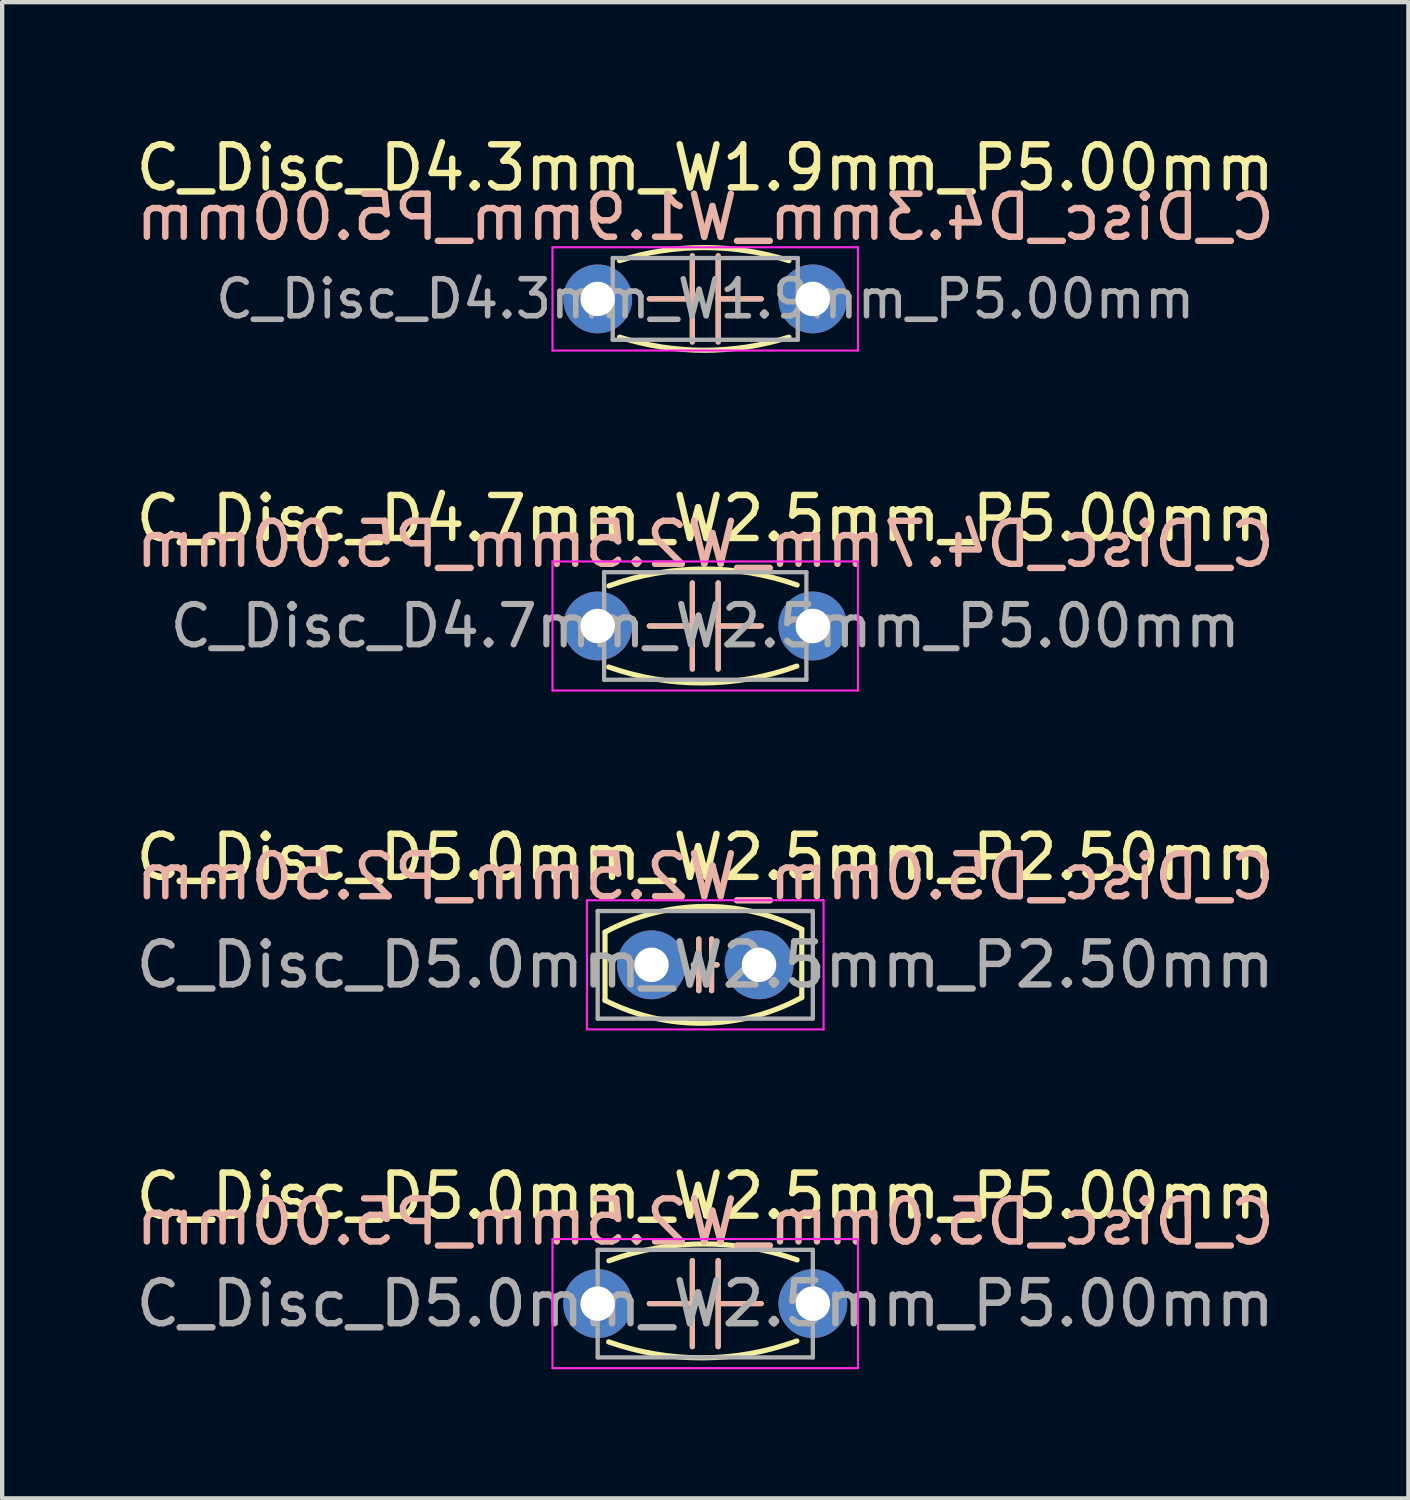
<source format=kicad_pcb>
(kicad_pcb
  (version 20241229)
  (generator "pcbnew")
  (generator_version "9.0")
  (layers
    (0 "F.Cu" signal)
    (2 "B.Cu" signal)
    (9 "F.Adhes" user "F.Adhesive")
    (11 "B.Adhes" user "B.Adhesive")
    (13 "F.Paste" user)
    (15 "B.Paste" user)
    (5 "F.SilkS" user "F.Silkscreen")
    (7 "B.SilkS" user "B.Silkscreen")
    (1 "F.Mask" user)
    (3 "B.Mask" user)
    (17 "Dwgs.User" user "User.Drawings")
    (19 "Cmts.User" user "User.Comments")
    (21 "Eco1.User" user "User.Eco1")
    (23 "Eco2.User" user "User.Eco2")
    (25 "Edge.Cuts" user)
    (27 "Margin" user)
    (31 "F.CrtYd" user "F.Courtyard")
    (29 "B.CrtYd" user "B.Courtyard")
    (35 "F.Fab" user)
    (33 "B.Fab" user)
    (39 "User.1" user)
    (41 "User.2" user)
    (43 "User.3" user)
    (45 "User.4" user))
  (footprint "C_Disc_D5.0mm_W2.5mm_P2.50mm"
    (layer "F.Cu")
    (at 12.089 19.371)
    (property "Reference" "C_Disc_D5.0mm_W2.5mm_P2.50mm" (at 1.25 -2.5 0) (layer "F.SilkS") (effects (font (size 1 1) (thickness 0.15))))
    (fp_line (start -1.079 0.826) (end -1.079 -0.762) (stroke (width 0.12) (type solid)) (layer "F.SilkS"))
    (fp_line (start 0.973 0) (end 1.1 0) (stroke (width 0.12) (type solid)) (layer "F.SilkS"))
    (fp_line (start 1.1 0) (end 1.1 -0.6) (stroke (width 0.12) (type solid)) (layer "F.SilkS"))
    (fp_line (start 1.1 0) (end 1.1 0.6) (stroke (width 0.12) (type solid)) (layer "F.SilkS"))
    (fp_line (start 1.397 0) (end 1.397 -0.6) (stroke (width 0.12) (type solid)) (layer "F.SilkS"))
    (fp_line (start 1.397 0) (end 1.397 0.6) (stroke (width 0.12) (type solid)) (layer "F.SilkS"))
    (fp_line (start 1.524 0) (end 1.397 0) (stroke (width 0.12) (type solid)) (layer "F.SilkS"))
    (fp_line (start 3.493 -0.826) (end 3.493 0.762) (stroke (width 0.12) (type solid)) (layer "F.SilkS"))
    (fp_arc (start -1.078127 -0.759477) (mid 1.19904 -1.356434) (end 3.4925 -0.8255) (stroke (width 0.12) (type solid)) (layer "F.SilkS"))
    (fp_arc (start 3.491127 0.759477) (mid 1.21396 1.356434) (end -1.0795 0.8255) (stroke (width 0.12) (type solid)) (layer "F.SilkS"))
    (fp_line (start 0.973 0) (end 1.1 0) (stroke (width 0.12) (type solid)) (layer "B.SilkS"))
    (fp_line (start 1.1 0) (end 1.1 -0.6) (stroke (width 0.12) (type solid)) (layer "B.SilkS"))
    (fp_line (start 1.1 0) (end 1.1 0.6) (stroke (width 0.12) (type solid)) (layer "B.SilkS"))
    (fp_line (start 1.397 0) (end 1.397 -0.6) (stroke (width 0.12) (type solid)) (layer "B.SilkS"))
    (fp_line (start 1.397 0) (end 1.397 0.6) (stroke (width 0.12) (type solid)) (layer "B.SilkS"))
    (fp_line (start 1.524 0) (end 1.397 0) (stroke (width 0.12) (type solid)) (layer "B.SilkS"))
    (fp_line (start -1.5 -1.5) (end -1.5 1.5) (stroke (width 0.05) (type solid)) (layer "F.CrtYd"))
    (fp_line (start -1.5 1.5) (end 4 1.5) (stroke (width 0.05) (type solid)) (layer "F.CrtYd"))
    (fp_line (start 4 -1.5) (end -1.5 -1.5) (stroke (width 0.05) (type solid)) (layer "F.CrtYd"))
    (fp_line (start 4 1.5) (end 4 -1.5) (stroke (width 0.05) (type solid)) (layer "F.CrtYd"))
    (fp_line (start -1.25 -1.25) (end -1.25 1.25) (stroke (width 0.1) (type solid)) (layer "F.Fab"))
    (fp_line (start -1.25 1.25) (end 3.75 1.25) (stroke (width 0.1) (type solid)) (layer "F.Fab"))
    (fp_line (start 3.75 -1.25) (end -1.25 -1.25) (stroke (width 0.1) (type solid)) (layer "F.Fab"))
    (fp_line (start 3.75 1.25) (end 3.75 -1.25) (stroke (width 0.1) (type solid)) (layer "F.Fab"))
    (fp_text user "${REFERENCE}" (at 1.25 -2.05 0) (layer "B.SilkS") (effects (font (size 1 1) (thickness 0.15)) (justify mirror)))
    (fp_text user "${REFERENCE}" (at 1.25 0 0) (layer "F.Fab") (effects (font (size 1 1) (thickness 0.15))))
    (pad "1" thru_hole circle (at 0 0) (size 1.6 1.6) (drill 0.8) (layers "*.Cu" "*.Mask"))
    (pad "2" thru_hole circle (at 2.5 0) (size 1.6 1.6) (drill 0.8) (layers "*.Cu" "*.Mask")))
  (footprint "C_Disc_D4.7mm_W2.5mm_P5.00mm"
    (layer "F.Cu")
    (at 10.839 11.497)
    (property "Reference" "C_Disc_D4.7mm_W2.5mm_P5.00mm" (at 2.5 -2.5 0) (layer "F.SilkS") (effects (font (size 1 1) (thickness 0.15))))
    (fp_line (start 1.2 0) (end 2.2 0) (stroke (width 0.12) (type solid)) (layer "F.SilkS"))
    (fp_line (start 2.2 0) (end 2.2 -1) (stroke (width 0.12) (type solid)) (layer "F.SilkS"))
    (fp_line (start 2.2 0) (end 2.2 1) (stroke (width 0.12) (type solid)) (layer "F.SilkS"))
    (fp_line (start 2.8 -1) (end 2.8 1) (stroke (width 0.12) (type solid)) (layer "F.SilkS"))
    (fp_line (start 2.8 0) (end 3.8 0) (stroke (width 0.12) (type solid)) (layer "F.SilkS"))
    (fp_arc (start 0.261356 -0.932324) (mid 2.44667 -1.323463) (end 4.6355 -0.9525) (stroke (width 0.12) (type solid)) (layer "F.SilkS"))
    (fp_arc (start 4.628144 0.932323) (mid 2.44283 1.323462) (end 0.254 0.9525) (stroke (width 0.12) (type solid)) (layer "F.SilkS"))
    (fp_line (start 1.2 0) (end 2.2 0) (stroke (width 0.12) (type solid)) (layer "B.SilkS"))
    (fp_line (start 2.2 0) (end 2.2 -1) (stroke (width 0.12) (type solid)) (layer "B.SilkS"))
    (fp_line (start 2.2 0) (end 2.2 1) (stroke (width 0.12) (type solid)) (layer "B.SilkS"))
    (fp_line (start 2.8 0) (end 3.8 0) (stroke (width 0.12) (type solid)) (layer "B.SilkS"))
    (fp_line (start 2.8 1) (end 2.8 -1) (stroke (width 0.12) (type solid)) (layer "B.SilkS"))
    (fp_line (start -1.05 -1.5) (end -1.05 1.5) (stroke (width 0.05) (type solid)) (layer "F.CrtYd"))
    (fp_line (start -1.05 1.5) (end 6.05 1.5) (stroke (width 0.05) (type solid)) (layer "F.CrtYd"))
    (fp_line (start 6.05 -1.5) (end -1.05 -1.5) (stroke (width 0.05) (type solid)) (layer "F.CrtYd"))
    (fp_line (start 6.05 1.5) (end 6.05 -1.5) (stroke (width 0.05) (type solid)) (layer "F.CrtYd"))
    (fp_line (start 0.15 -1.25) (end 0.15 1.25) (stroke (width 0.1) (type solid)) (layer "F.Fab"))
    (fp_line (start 0.15 1.25) (end 4.85 1.25) (stroke (width 0.1) (type solid)) (layer "F.Fab"))
    (fp_line (start 4.85 -1.25) (end 0.15 -1.25) (stroke (width 0.1) (type solid)) (layer "F.Fab"))
    (fp_line (start 4.85 1.25) (end 4.85 -1.25) (stroke (width 0.1) (type solid)) (layer "F.Fab"))
    (fp_text user "${REFERENCE}" (at 2.5 -1.9 0) (layer "B.SilkS") (effects (font (size 1 1) (thickness 0.15)) (justify mirror)))
    (fp_text user "${REFERENCE}" (at 2.5 0 0) (layer "F.Fab") (effects (font (size 0.94 0.94) (thickness 0.141))))
    (pad "1" thru_hole circle (at 0 0) (size 1.6 1.6) (drill 0.8) (layers "*.Cu" "*.Mask"))
    (pad "2" thru_hole circle (at 5 0) (size 1.6 1.6) (drill 0.8) (layers "*.Cu" "*.Mask")))
  (footprint "C_Disc_D5.0mm_W2.5mm_P5.00mm"
    (layer "F.Cu")
    (at 10.839 27.244)
    (property "Reference" "C_Disc_D5.0mm_W2.5mm_P5.00mm" (at 2.5 -2.5 0) (layer "F.SilkS") (effects (font (size 1 1) (thickness 0.15))))
    (fp_line (start 1.2 0) (end 2.2 0) (stroke (width 0.12) (type solid)) (layer "F.SilkS"))
    (fp_line (start 2.2 0) (end 2.2 -1) (stroke (width 0.12) (type solid)) (layer "F.SilkS"))
    (fp_line (start 2.2 0) (end 2.2 1) (stroke (width 0.12) (type solid)) (layer "F.SilkS"))
    (fp_line (start 2.8 -1) (end 2.8 1) (stroke (width 0.12) (type solid)) (layer "F.SilkS"))
    (fp_line (start 2.8 0) (end 3.8 0) (stroke (width 0.12) (type solid)) (layer "F.SilkS"))
    (fp_arc (start 0.261356 -0.995824) (mid 2.44667 -1.386963) (end 4.6355 -1.016) (stroke (width 0.12) (type solid)) (layer "F.SilkS"))
    (fp_arc (start 4.628144 0.868823) (mid 2.44283 1.259962) (end 0.254 0.889) (stroke (width 0.12) (type solid)) (layer "F.SilkS"))
    (fp_line (start 1.2 0) (end 2.2 0) (stroke (width 0.12) (type solid)) (layer "B.SilkS"))
    (fp_line (start 2.2 0) (end 2.2 -1) (stroke (width 0.12) (type solid)) (layer "B.SilkS"))
    (fp_line (start 2.2 0) (end 2.2 1) (stroke (width 0.12) (type solid)) (layer "B.SilkS"))
    (fp_line (start 2.8 0) (end 3.8 0) (stroke (width 0.12) (type solid)) (layer "B.SilkS"))
    (fp_line (start 2.8 1) (end 2.8 -1) (stroke (width 0.12) (type solid)) (layer "B.SilkS"))
    (fp_line (start -1.05 -1.5) (end -1.05 1.5) (stroke (width 0.05) (type solid)) (layer "F.CrtYd"))
    (fp_line (start -1.05 1.5) (end 6.05 1.5) (stroke (width 0.05) (type solid)) (layer "F.CrtYd"))
    (fp_line (start 6.05 -1.5) (end -1.05 -1.5) (stroke (width 0.05) (type solid)) (layer "F.CrtYd"))
    (fp_line (start 6.05 1.5) (end 6.05 -1.5) (stroke (width 0.05) (type solid)) (layer "F.CrtYd"))
    (fp_line (start 0 -1.25) (end 0 1.25) (stroke (width 0.1) (type solid)) (layer "F.Fab"))
    (fp_line (start 0 1.25) (end 5 1.25) (stroke (width 0.1) (type solid)) (layer "F.Fab"))
    (fp_line (start 5 -1.25) (end 0 -1.25) (stroke (width 0.1) (type solid)) (layer "F.Fab"))
    (fp_line (start 5 1.25) (end 5 -1.25) (stroke (width 0.1) (type solid)) (layer "F.Fab"))
    (fp_text user "${REFERENCE}" (at 2.5 -1.9 0) (layer "B.SilkS") (effects (font (size 1 1) (thickness 0.15)) (justify mirror)))
    (fp_text user "${REFERENCE}" (at 2.5 0 0) (layer "F.Fab") (effects (font (size 1 1) (thickness 0.15))))
    (pad "1" thru_hole circle (at 0 0) (size 1.6 1.6) (drill 0.8) (layers "*.Cu" "*.Mask"))
    (pad "2" thru_hole circle (at 5 0) (size 1.6 1.6) (drill 0.8) (layers "*.Cu" "*.Mask")))
  (footprint "C_Disc_D4.3mm_W1.9mm_P5.00mm"
    (layer "F.Cu")
    (at 10.839 3.896)
    (property "Reference" "C_Disc_D4.3mm_W1.9mm_P5.00mm" (at 2.5 -3.048 0) (layer "F.SilkS") (effects (font (size 1 1) (thickness 0.15))))
    (fp_line (start 1.2 0) (end 2.2 0) (stroke (width 0.12) (type solid)) (layer "F.SilkS"))
    (fp_line (start 2.2 0) (end 2.2 -1) (stroke (width 0.12) (type solid)) (layer "F.SilkS"))
    (fp_line (start 2.2 0) (end 2.2 1) (stroke (width 0.12) (type solid)) (layer "F.SilkS"))
    (fp_line (start 2.8 -1) (end 2.8 1) (stroke (width 0.12) (type solid)) (layer "F.SilkS"))
    (fp_line (start 2.8 0) (end 3.8 0) (stroke (width 0.12) (type solid)) (layer "F.SilkS"))
    (fp_arc (start 0.508 -0.888999) (mid 2.4765 -1.192922) (end 4.444999 -0.888999) (stroke (width 0.12) (type solid)) (layer "F.SilkS"))
    (fp_arc (start 4.444999 0.889) (mid 2.4765 1.192923) (end 0.508 0.889) (stroke (width 0.12) (type solid)) (layer "F.SilkS"))
    (fp_line (start 1.2 0) (end 2.2 0) (stroke (width 0.12) (type solid)) (layer "B.SilkS"))
    (fp_line (start 2.2 0) (end 2.2 -1) (stroke (width 0.12) (type solid)) (layer "B.SilkS"))
    (fp_line (start 2.2 0) (end 2.2 1) (stroke (width 0.12) (type solid)) (layer "B.SilkS"))
    (fp_line (start 2.8 0) (end 3.8 0) (stroke (width 0.12) (type solid)) (layer "B.SilkS"))
    (fp_line (start 2.8 1) (end 2.8 -1) (stroke (width 0.12) (type solid)) (layer "B.SilkS"))
    (fp_line (start -1.05 -1.2) (end -1.05 1.2) (stroke (width 0.05) (type solid)) (layer "F.CrtYd"))
    (fp_line (start -1.05 1.2) (end 6.05 1.2) (stroke (width 0.05) (type solid)) (layer "F.CrtYd"))
    (fp_line (start 6.05 -1.2) (end -1.05 -1.2) (stroke (width 0.05) (type solid)) (layer "F.CrtYd"))
    (fp_line (start 6.05 1.2) (end 6.05 -1.2) (stroke (width 0.05) (type solid)) (layer "F.CrtYd"))
    (fp_line (start 0.35 -0.95) (end 0.35 0.95) (stroke (width 0.1) (type solid)) (layer "F.Fab"))
    (fp_line (start 0.35 0.95) (end 4.65 0.95) (stroke (width 0.1) (type solid)) (layer "F.Fab"))
    (fp_line (start 4.65 -0.95) (end 0.35 -0.95) (stroke (width 0.1) (type solid)) (layer "F.Fab"))
    (fp_line (start 4.65 0.95) (end 4.65 -0.95) (stroke (width 0.1) (type solid)) (layer "F.Fab"))
    (fp_text user "${REFERENCE}" (at 2.5 -1.9 0) (layer "B.SilkS") (effects (font (size 1 1) (thickness 0.15)) (justify mirror)))
    (fp_text user "${REFERENCE}" (at 2.5 0 0) (layer "F.Fab") (effects (font (size 0.86 0.86) (thickness 0.129))))
    (pad "1" thru_hole circle (at 0 0) (size 1.6 1.6) (drill 0.8) (layers "*.Cu" "*.Mask"))
    (pad "2" thru_hole circle (at 5 0) (size 1.6 1.6) (drill 0.8) (layers "*.Cu" "*.Mask")))
  (gr_rect
    (start -3 -3)
    (end 29.679 31.769)
    (stroke (width 0.1) (type default))
    (fill no)
    (layer "Edge.Cuts")))
</source>
